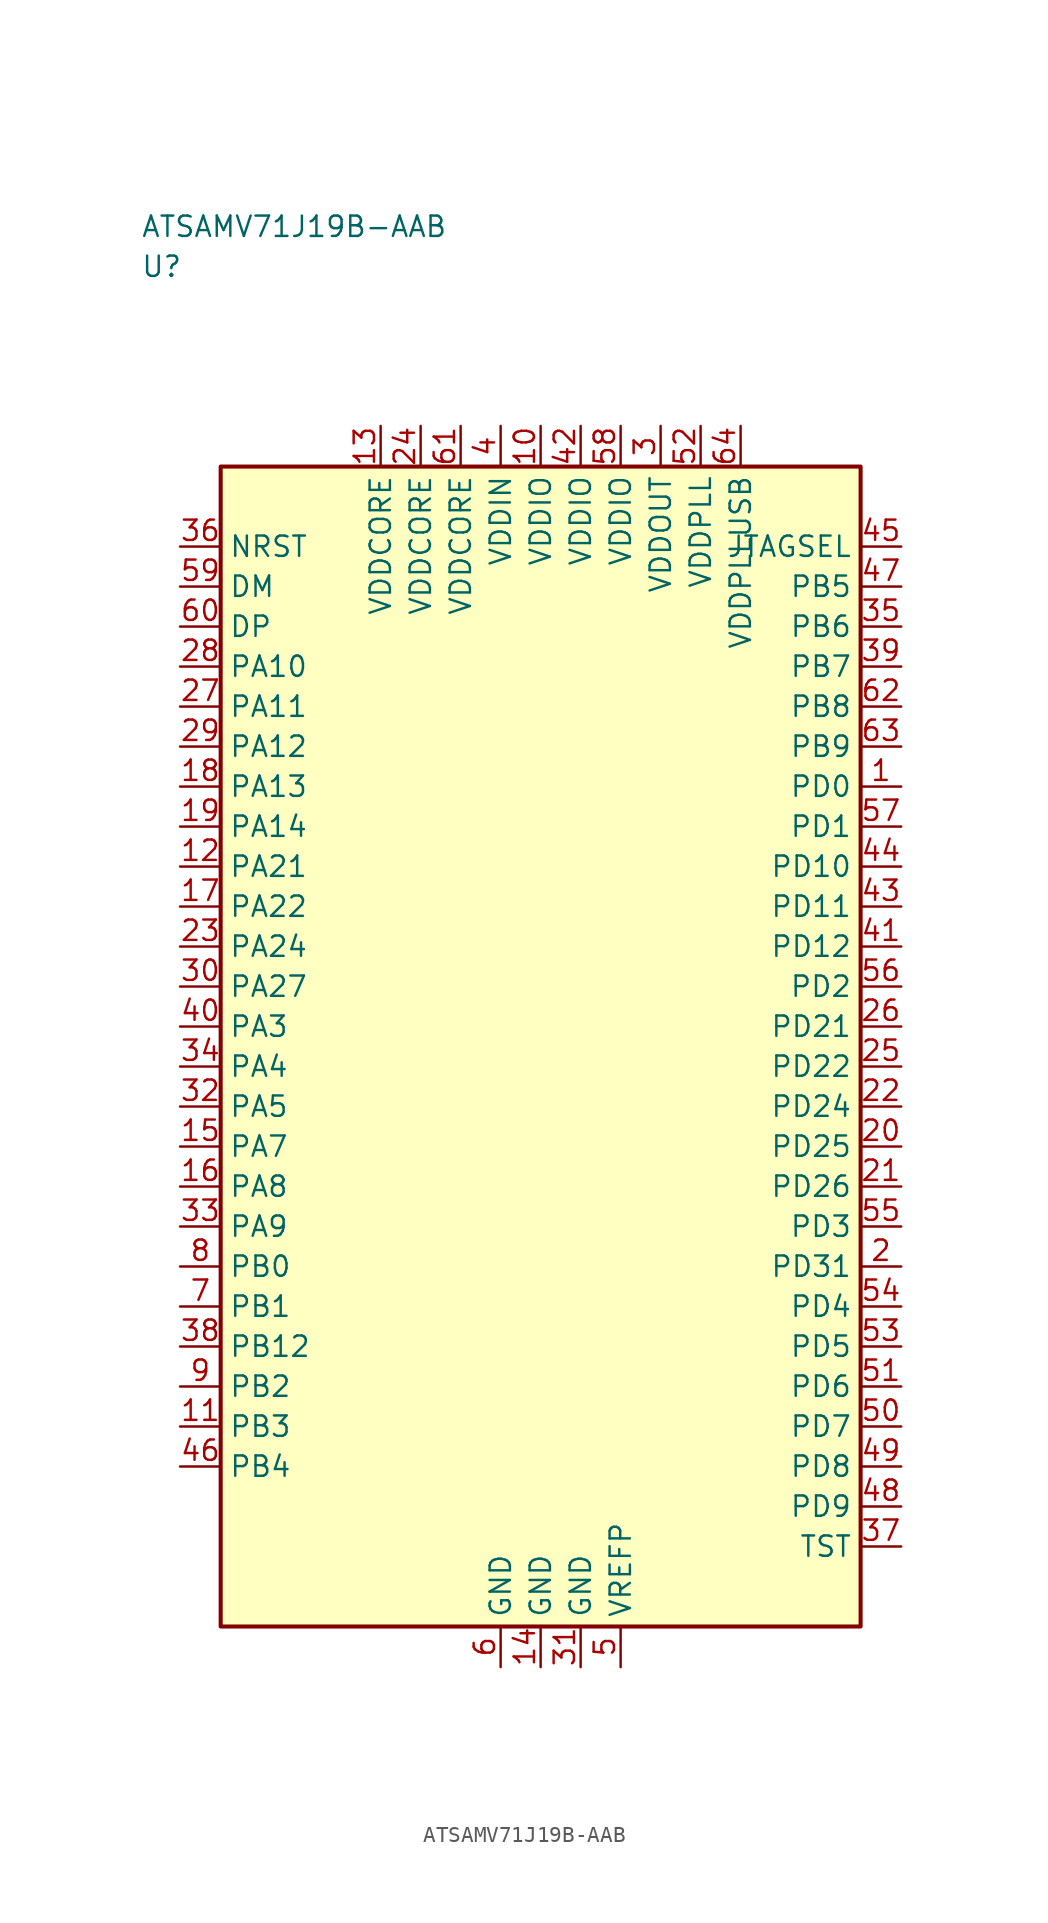
<source format=kicad_sym>
(kicad_symbol_lib
  (version 20241025)
  (generator "kicad_symbol_editor")
  (generator_version "8.0")
  (symbol "ATSAMV71J19B-AAB"
    (property "Reference" "U"
      (at -25.0 48.75 0)
      (effects (font (size 1.27 1.27)) (justify left)))
    (property "Value" "ATSAMV71J19B-AAB"
      (at -25.0 51.25 0)
      (effects (font (size 1.27 1.27)) (justify left)))
    (symbol "ATSAMV71J19B-AAB_0_1"
      (rectangle (start -20.0 36.25) (end 20.0 -36.25) (stroke (width 0.254) (type default)) (fill (type background))))
    (symbol "ATSAMV71J19B-AAB_1_1"
      (pin bidirectional line (at -22.54 1.25 0.0) (length 2.54) (name "PA3" (effects (font (size 1.27 1.27)))) (number "40" (effects (font (size 1.27 1.27)))))
      (pin bidirectional line (at -22.54 -1.25 0.0) (length 2.54) (name "PA4" (effects (font (size 1.27 1.27)))) (number "34" (effects (font (size 1.27 1.27)))))
      (pin bidirectional line (at -22.54 -3.75 0.0) (length 2.54) (name "PA5" (effects (font (size 1.27 1.27)))) (number "32" (effects (font (size 1.27 1.27)))))
      (pin bidirectional line (at -22.54 -6.25 0.0) (length 2.54) (name "PA7" (effects (font (size 1.27 1.27)))) (number "15" (effects (font (size 1.27 1.27)))))
      (pin bidirectional line (at -22.54 -8.75 0.0) (length 2.54) (name "PA8" (effects (font (size 1.27 1.27)))) (number "16" (effects (font (size 1.27 1.27)))))
      (pin bidirectional line (at -22.54 -11.25 0.0) (length 2.54) (name "PA9" (effects (font (size 1.27 1.27)))) (number "33" (effects (font (size 1.27 1.27)))))
      (pin bidirectional line (at -22.54 23.75 0.0) (length 2.54) (name "PA10" (effects (font (size 1.27 1.27)))) (number "28" (effects (font (size 1.27 1.27)))))
      (pin bidirectional line (at -22.54 21.25 0.0) (length 2.54) (name "PA11" (effects (font (size 1.27 1.27)))) (number "27" (effects (font (size 1.27 1.27)))))
      (pin bidirectional line (at -22.54 18.75 0.0) (length 2.54) (name "PA12" (effects (font (size 1.27 1.27)))) (number "29" (effects (font (size 1.27 1.27)))))
      (pin bidirectional line (at -22.54 16.25 0.0) (length 2.54) (name "PA13" (effects (font (size 1.27 1.27)))) (number "18" (effects (font (size 1.27 1.27)))))
      (pin bidirectional line (at -22.54 13.75 0.0) (length 2.54) (name "PA14" (effects (font (size 1.27 1.27)))) (number "19" (effects (font (size 1.27 1.27)))))
      (pin bidirectional line (at -22.54 11.25 0.0) (length 2.54) (name "PA21" (effects (font (size 1.27 1.27)))) (number "12" (effects (font (size 1.27 1.27)))))
      (pin bidirectional line (at -22.54 8.75 0.0) (length 2.54) (name "PA22" (effects (font (size 1.27 1.27)))) (number "17" (effects (font (size 1.27 1.27)))))
      (pin bidirectional line (at -22.54 6.25 0.0) (length 2.54) (name "PA24" (effects (font (size 1.27 1.27)))) (number "23" (effects (font (size 1.27 1.27)))))
      (pin bidirectional line (at -22.54 3.75 0.0) (length 2.54) (name "PA27" (effects (font (size 1.27 1.27)))) (number "30" (effects (font (size 1.27 1.27)))))
      (pin bidirectional line (at -22.54 -13.75 0.0) (length 2.54) (name "PB0" (effects (font (size 1.27 1.27)))) (number "8" (effects (font (size 1.27 1.27)))))
      (pin bidirectional line (at -22.54 -16.25 0.0) (length 2.54) (name "PB1" (effects (font (size 1.27 1.27)))) (number "7" (effects (font (size 1.27 1.27)))))
      (pin bidirectional line (at -22.54 -21.25 0.0) (length 2.54) (name "PB2" (effects (font (size 1.27 1.27)))) (number "9" (effects (font (size 1.27 1.27)))))
      (pin bidirectional line (at -22.54 -23.75 0.0) (length 2.54) (name "PB3" (effects (font (size 1.27 1.27)))) (number "11" (effects (font (size 1.27 1.27)))))
      (pin bidirectional line (at -22.54 -26.25 0.0) (length 2.54) (name "PB4" (effects (font (size 1.27 1.27)))) (number "46" (effects (font (size 1.27 1.27)))))
      (pin bidirectional line (at 22.54 28.75 180.0) (length 2.54) (name "PB5" (effects (font (size 1.27 1.27)))) (number "47" (effects (font (size 1.27 1.27)))))
      (pin bidirectional line (at 22.54 26.25 180.0) (length 2.54) (name "PB6" (effects (font (size 1.27 1.27)))) (number "35" (effects (font (size 1.27 1.27)))))
      (pin bidirectional line (at 22.54 23.75 180.0) (length 2.54) (name "PB7" (effects (font (size 1.27 1.27)))) (number "39" (effects (font (size 1.27 1.27)))))
      (pin bidirectional line (at 22.54 21.25 180.0) (length 2.54) (name "PB8" (effects (font (size 1.27 1.27)))) (number "62" (effects (font (size 1.27 1.27)))))
      (pin bidirectional line (at 22.54 18.75 180.0) (length 2.54) (name "PB9" (effects (font (size 1.27 1.27)))) (number "63" (effects (font (size 1.27 1.27)))))
      (pin bidirectional line (at -22.54 -18.75 0.0) (length 2.54) (name "PB12" (effects (font (size 1.27 1.27)))) (number "38" (effects (font (size 1.27 1.27)))))
      (pin bidirectional line (at 22.54 16.25 180.0) (length 2.54) (name "PD0" (effects (font (size 1.27 1.27)))) (number "1" (effects (font (size 1.27 1.27)))))
      (pin bidirectional line (at 22.54 13.75 180.0) (length 2.54) (name "PD1" (effects (font (size 1.27 1.27)))) (number "57" (effects (font (size 1.27 1.27)))))
      (pin bidirectional line (at 22.54 3.75 180.0) (length 2.54) (name "PD2" (effects (font (size 1.27 1.27)))) (number "56" (effects (font (size 1.27 1.27)))))
      (pin bidirectional line (at 22.54 -11.25 180.0) (length 2.54) (name "PD3" (effects (font (size 1.27 1.27)))) (number "55" (effects (font (size 1.27 1.27)))))
      (pin bidirectional line (at 22.54 -16.25 180.0) (length 2.54) (name "PD4" (effects (font (size 1.27 1.27)))) (number "54" (effects (font (size 1.27 1.27)))))
      (pin bidirectional line (at 22.54 -18.75 180.0) (length 2.54) (name "PD5" (effects (font (size 1.27 1.27)))) (number "53" (effects (font (size 1.27 1.27)))))
      (pin bidirectional line (at 22.54 -21.25 180.0) (length 2.54) (name "PD6" (effects (font (size 1.27 1.27)))) (number "51" (effects (font (size 1.27 1.27)))))
      (pin bidirectional line (at 22.54 -23.75 180.0) (length 2.54) (name "PD7" (effects (font (size 1.27 1.27)))) (number "50" (effects (font (size 1.27 1.27)))))
      (pin bidirectional line (at 22.54 -26.25 180.0) (length 2.54) (name "PD8" (effects (font (size 1.27 1.27)))) (number "49" (effects (font (size 1.27 1.27)))))
      (pin bidirectional line (at 22.54 -28.75 180.0) (length 2.54) (name "PD9" (effects (font (size 1.27 1.27)))) (number "48" (effects (font (size 1.27 1.27)))))
      (pin bidirectional line (at 22.54 11.25 180.0) (length 2.54) (name "PD10" (effects (font (size 1.27 1.27)))) (number "44" (effects (font (size 1.27 1.27)))))
      (pin bidirectional line (at 22.54 8.75 180.0) (length 2.54) (name "PD11" (effects (font (size 1.27 1.27)))) (number "43" (effects (font (size 1.27 1.27)))))
      (pin bidirectional line (at 22.54 6.25 180.0) (length 2.54) (name "PD12" (effects (font (size 1.27 1.27)))) (number "41" (effects (font (size 1.27 1.27)))))
      (pin bidirectional line (at 22.54 1.25 180.0) (length 2.54) (name "PD21" (effects (font (size 1.27 1.27)))) (number "26" (effects (font (size 1.27 1.27)))))
      (pin bidirectional line (at 22.54 -1.25 180.0) (length 2.54) (name "PD22" (effects (font (size 1.27 1.27)))) (number "25" (effects (font (size 1.27 1.27)))))
      (pin bidirectional line (at 22.54 -3.75 180.0) (length 2.54) (name "PD24" (effects (font (size 1.27 1.27)))) (number "22" (effects (font (size 1.27 1.27)))))
      (pin bidirectional line (at 22.54 -6.25 180.0) (length 2.54) (name "PD25" (effects (font (size 1.27 1.27)))) (number "20" (effects (font (size 1.27 1.27)))))
      (pin bidirectional line (at 22.54 -8.75 180.0) (length 2.54) (name "PD26" (effects (font (size 1.27 1.27)))) (number "21" (effects (font (size 1.27 1.27)))))
      (pin bidirectional line (at 22.54 -13.75 180.0) (length 2.54) (name "PD31" (effects (font (size 1.27 1.27)))) (number "2" (effects (font (size 1.27 1.27)))))
      (pin power_in line (at 7.5 38.79 270.0) (length 2.54) (name "VDDOUT" (effects (font (size 1.27 1.27)))) (number "3" (effects (font (size 1.27 1.27)))))
      (pin power_in line (at -2.5 38.79 270.0) (length 2.54) (name "VDDIN" (effects (font (size 1.27 1.27)))) (number "4" (effects (font (size 1.27 1.27)))))
      (pin passive line (at 5.0 -38.79 90.0) (length 2.54) (name "VREFP" (effects (font (size 1.27 1.27)))) (number "5" (effects (font (size 1.27 1.27)))))
      (pin input line (at -22.54 31.25 0.0) (length 2.54) (name "NRST" (effects (font (size 1.27 1.27)))) (number "36" (effects (font (size 1.27 1.27)))))
      (pin bidirectional line (at 22.54 -31.25 180.0) (length 2.54) (name "TST" (effects (font (size 1.27 1.27)))) (number "37" (effects (font (size 1.27 1.27)))))
      (pin power_in line (at 0.0 38.79 270.0) (length 2.54) (name "VDDIO" (effects (font (size 1.27 1.27)))) (number "10" (effects (font (size 1.27 1.27)))))
      (pin power_in line (at 2.5 38.79 270.0) (length 2.54) (name "VDDIO" (effects (font (size 1.27 1.27)))) (number "42" (effects (font (size 1.27 1.27)))))
      (pin power_in line (at 5.0 38.79 270.0) (length 2.54) (name "VDDIO" (effects (font (size 1.27 1.27)))) (number "58" (effects (font (size 1.27 1.27)))))
      (pin output line (at 22.54 31.25 180.0) (length 2.54) (name "JTAGSEL" (effects (font (size 1.27 1.27)))) (number "45" (effects (font (size 1.27 1.27)))))
      (pin power_in line (at -10.0 38.79 270.0) (length 2.54) (name "VDDCORE" (effects (font (size 1.27 1.27)))) (number "13" (effects (font (size 1.27 1.27)))))
      (pin power_in line (at -7.5 38.79 270.0) (length 2.54) (name "VDDCORE" (effects (font (size 1.27 1.27)))) (number "24" (effects (font (size 1.27 1.27)))))
      (pin power_in line (at -5.0 38.79 270.0) (length 2.54) (name "VDDCORE" (effects (font (size 1.27 1.27)))) (number "61" (effects (font (size 1.27 1.27)))))
      (pin power_in line (at 10.0 38.79 270.0) (length 2.54) (name "VDDPLL" (effects (font (size 1.27 1.27)))) (number "52" (effects (font (size 1.27 1.27)))))
      (pin bidirectional line (at -22.54 28.75 0.0) (length 2.54) (name "DM" (effects (font (size 1.27 1.27)))) (number "59" (effects (font (size 1.27 1.27)))))
      (pin bidirectional line (at -22.54 26.25 0.0) (length 2.54) (name "DP" (effects (font (size 1.27 1.27)))) (number "60" (effects (font (size 1.27 1.27)))))
      (pin passive line (at -2.5 -38.79 90.0) (length 2.54) (name "GND" (effects (font (size 1.27 1.27)))) (number "6" (effects (font (size 1.27 1.27)))))
      (pin passive line (at 0.0 -38.79 90.0) (length 2.54) (name "GND" (effects (font (size 1.27 1.27)))) (number "14" (effects (font (size 1.27 1.27)))))
      (pin passive line (at 2.5 -38.79 90.0) (length 2.54) (name "GND" (effects (font (size 1.27 1.27)))) (number "31" (effects (font (size 1.27 1.27)))))
      (pin power_in line (at 12.5 38.79 270.0) (length 2.54) (name "VDDPLLUSB" (effects (font (size 1.27 1.27)))) (number "64" (effects (font (size 1.27 1.27))))))))
</source>
